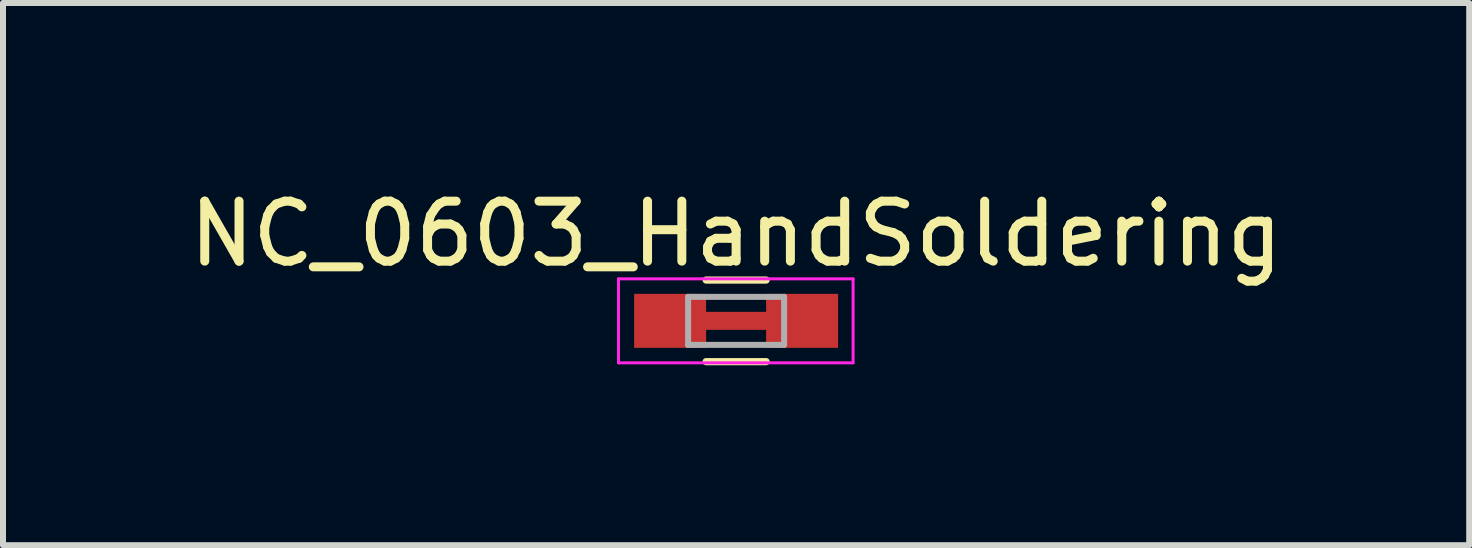
<source format=kicad_pcb>
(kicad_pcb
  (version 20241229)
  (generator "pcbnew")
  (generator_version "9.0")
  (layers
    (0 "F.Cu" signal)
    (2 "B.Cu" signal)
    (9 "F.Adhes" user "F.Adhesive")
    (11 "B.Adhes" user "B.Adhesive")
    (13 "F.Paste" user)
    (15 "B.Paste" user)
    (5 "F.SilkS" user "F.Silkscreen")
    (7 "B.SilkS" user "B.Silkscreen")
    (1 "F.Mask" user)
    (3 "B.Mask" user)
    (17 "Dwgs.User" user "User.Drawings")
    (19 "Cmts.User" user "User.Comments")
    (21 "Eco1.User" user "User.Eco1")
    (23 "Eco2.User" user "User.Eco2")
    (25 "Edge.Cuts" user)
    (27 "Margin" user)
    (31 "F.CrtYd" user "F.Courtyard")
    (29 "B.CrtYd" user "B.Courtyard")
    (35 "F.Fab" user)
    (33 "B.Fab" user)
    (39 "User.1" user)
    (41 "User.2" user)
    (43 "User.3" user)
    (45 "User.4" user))
  (footprint "NC_0603_HandSoldering"
    (layer "F.Cu")
    (at 9.22 2.298)
    (property "Reference" "NC_0603_HandSoldering" (at 0 -1.45 0) (layer "F.SilkS") (effects (font (size 1 1) (thickness 0.15))))
    (attr smd)
    (fp_line (start -0.5 -0.68) (end 0.5 -0.68) (stroke (width 0.12) (type solid)) (layer "F.SilkS"))
    (fp_line (start 0.5 0.68) (end -0.5 0.68) (stroke (width 0.12) (type solid)) (layer "F.SilkS"))
    (fp_line (start -1.96 -0.7) (end -1.96 0.7) (stroke (width 0.05) (type solid)) (layer "F.CrtYd"))
    (fp_line (start -1.96 -0.7) (end 1.95 -0.7) (stroke (width 0.05) (type solid)) (layer "F.CrtYd"))
    (fp_line (start 1.95 0.7) (end -1.96 0.7) (stroke (width 0.05) (type solid)) (layer "F.CrtYd"))
    (fp_line (start 1.95 0.7) (end 1.95 -0.7) (stroke (width 0.05) (type solid)) (layer "F.CrtYd"))
    (fp_line (start -0.8 -0.4) (end 0.8 -0.4) (stroke (width 0.1) (type solid)) (layer "F.Fab"))
    (fp_line (start -0.8 0.4) (end -0.8 -0.4) (stroke (width 0.1) (type solid)) (layer "F.Fab"))
    (fp_line (start 0.8 -0.4) (end 0.8 0.4) (stroke (width 0.1) (type solid)) (layer "F.Fab"))
    (fp_line (start 0.8 0.4) (end -0.8 0.4) (stroke (width 0.1) (type solid)) (layer "F.Fab"))
    (pad "1" smd rect (at -1.1 0) (size 1.2 0.9) (layers "F.Cu" "F.Mask" "F.Paste"))
    (pad "1" smd rect (at 0 0) (size 1.2 0.3) (layers "F.Cu" "F.Mask" "F.Paste"))
    (pad "2" smd rect (at 1.1 0) (size 1.2 0.9) (layers "F.Cu" "F.Mask" "F.Paste")))
  (gr_rect
    (start -3 -3)
    (end 21.44 6.038)
    (stroke (width 0.1) (type default))
    (fill no)
    (layer "Edge.Cuts")))
</source>
